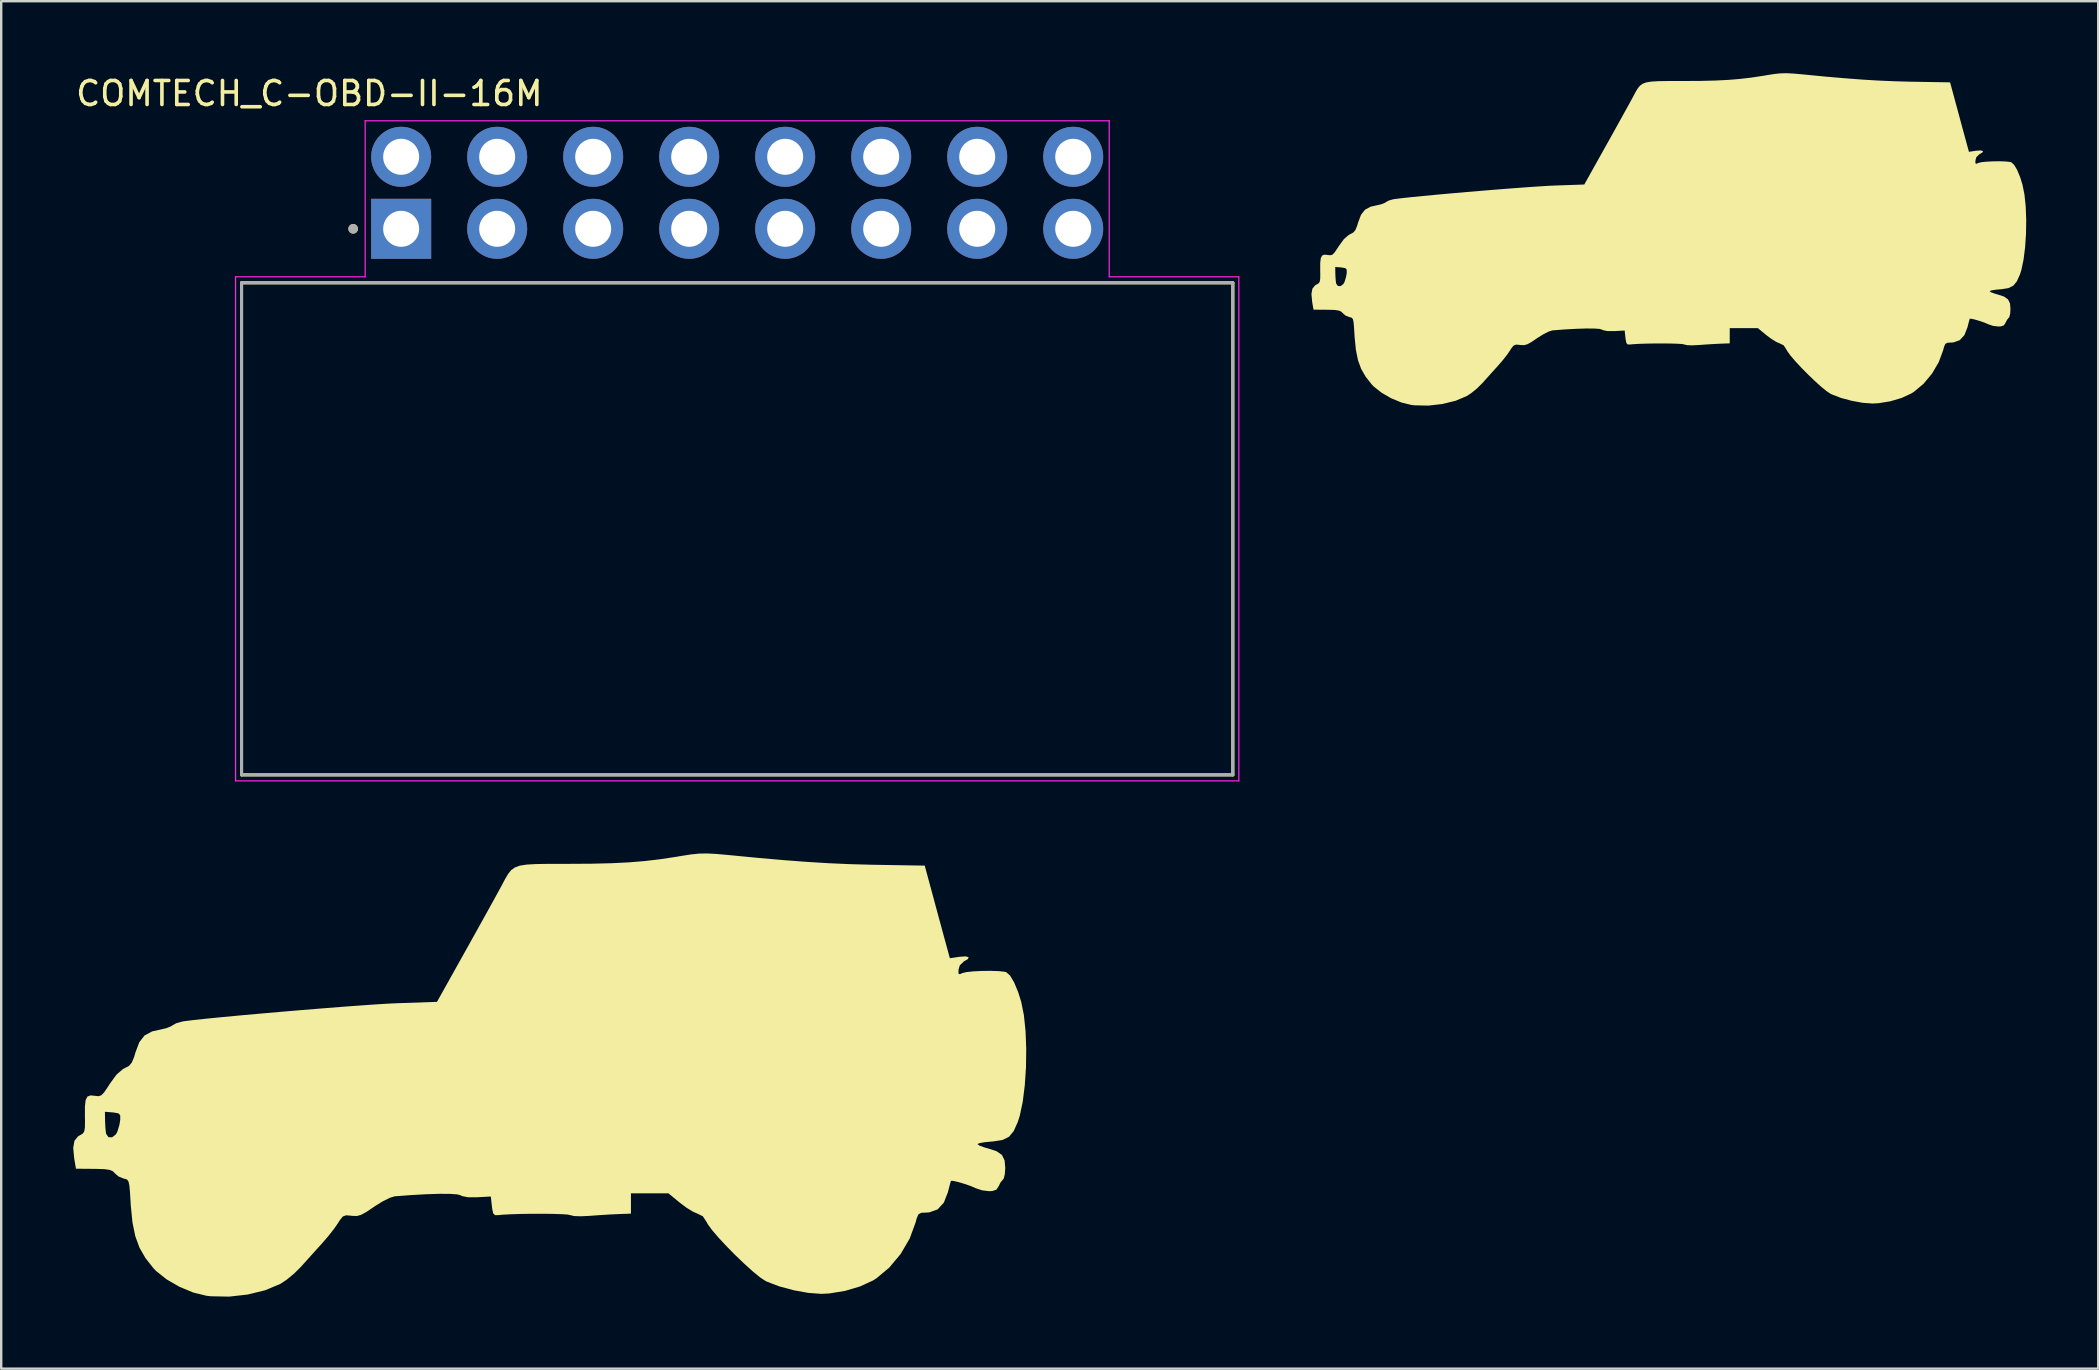
<source format=kicad_pcb>
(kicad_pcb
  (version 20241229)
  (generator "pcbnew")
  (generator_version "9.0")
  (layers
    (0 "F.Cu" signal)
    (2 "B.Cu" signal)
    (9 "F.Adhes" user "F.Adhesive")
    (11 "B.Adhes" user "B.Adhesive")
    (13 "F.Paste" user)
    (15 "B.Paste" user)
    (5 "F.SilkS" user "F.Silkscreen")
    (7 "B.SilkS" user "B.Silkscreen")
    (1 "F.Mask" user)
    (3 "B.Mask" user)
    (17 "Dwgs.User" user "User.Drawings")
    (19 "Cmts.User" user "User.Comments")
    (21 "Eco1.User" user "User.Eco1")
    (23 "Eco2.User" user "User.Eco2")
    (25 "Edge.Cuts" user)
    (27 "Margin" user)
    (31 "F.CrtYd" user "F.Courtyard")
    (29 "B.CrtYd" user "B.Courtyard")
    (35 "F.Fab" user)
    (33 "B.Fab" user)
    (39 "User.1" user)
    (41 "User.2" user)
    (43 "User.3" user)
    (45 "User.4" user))
  (footprint "JeepSilhouette_30mm"
    (layer "F.Cu")
    (at 66.477 6.944)
    (property "Reference" "JeepSilhouette_30mm" (at 0 0 0) (layer "F.SilkS") (effects (font (size 1.524 1.524) (thickness 0.3))))
    (attr board_only exclude_from_pos_files exclude_from_bom)
    (fp_poly (pts (xy 5.195 -6.929) (xy 5.568 -6.896) (xy 5.604 -6.892) (xy 6.516 -6.804) (xy 7.323 -6.734) (xy 8.05 -6.679) (xy 8.724 -6.638) (xy 9.372 -6.61) (xy 10.02 -6.591) (xy 10.222 -6.588) (xy 11.721 -6.563) (xy 12.035 -5.404) (xy 12.142 -5.007) (xy 12.243 -4.634) (xy 12.33 -4.314) (xy 12.396 -4.073) (xy 12.427 -3.957) (xy 12.507 -3.669) (xy 12.804 -3.714) (xy 13 -3.727) (xy 13.092 -3.7) (xy 13.07 -3.643) (xy 12.951 -3.575) (xy 12.817 -3.449) (xy 12.779 -3.32) (xy 12.774 -3.192) (xy 12.818 -3.17) (xy 12.891 -3.203) (xy 13.018 -3.235) (xy 13.238 -3.258) (xy 13.51 -3.272) (xy 13.792 -3.275) (xy 14.044 -3.266) (xy 14.225 -3.245) (xy 14.268 -3.234) (xy 14.387 -3.129) (xy 14.515 -2.913) (xy 14.641 -2.608) (xy 14.736 -2.303) (xy 14.82 -1.887) (xy 14.872 -1.385) (xy 14.893 -0.83) (xy 14.884 -0.255) (xy 14.847 0.306) (xy 14.782 0.82) (xy 14.691 1.254) (xy 14.63 1.444) (xy 14.502 1.73) (xy 14.354 1.91) (xy 14.151 2.01) (xy 13.858 2.056) (xy 13.799 2.06) (xy 13.579 2.082) (xy 13.424 2.11) (xy 13.368 2.139) (xy 13.427 2.183) (xy 13.577 2.239) (xy 13.686 2.27) (xy 13.965 2.36) (xy 14.134 2.478) (xy 14.217 2.648) (xy 14.237 2.881) (xy 14.224 3.077) (xy 14.189 3.214) (xy 14.166 3.244) (xy 14.09 3.336) (xy 14.034 3.449) (xy 13.962 3.561) (xy 13.831 3.605) (xy 13.731 3.609) (xy 13.511 3.583) (xy 13.316 3.518) (xy 13.312 3.516) (xy 13.165 3.452) (xy 12.974 3.385) (xy 12.778 3.326) (xy 12.62 3.289) (xy 12.542 3.286) (xy 12.54 3.287) (xy 12.518 3.359) (xy 12.476 3.519) (xy 12.445 3.643) (xy 12.317 3.969) (xy 12.124 4.178) (xy 11.864 4.272) (xy 11.768 4.278) (xy 11.612 4.286) (xy 11.525 4.332) (xy 11.471 4.451) (xy 11.435 4.587) (xy 11.251 5.09) (xy 10.968 5.572) (xy 10.611 5.999) (xy 10.207 6.336) (xy 10.104 6.4) (xy 9.702 6.586) (xy 9.228 6.726) (xy 8.74 6.805) (xy 8.484 6.818) (xy 8.079 6.788) (xy 7.624 6.705) (xy 7.177 6.585) (xy 6.796 6.439) (xy 6.74 6.412) (xy 6.574 6.302) (xy 6.347 6.116) (xy 6.082 5.877) (xy 5.801 5.607) (xy 5.524 5.326) (xy 5.274 5.057) (xy 5.072 4.821) (xy 4.941 4.641) (xy 4.911 4.584) (xy 4.787 4.394) (xy 4.627 4.315) (xy 4.479 4.251) (xy 4.277 4.126) (xy 4.074 3.975) (xy 3.711 3.676) (xy 2.54 3.676) (xy 2.54 4.311) (xy 2.156 4.325) (xy 1.888 4.338) (xy 1.559 4.358) (xy 1.25 4.381) (xy 0.975 4.394) (xy 0.764 4.387) (xy 0.651 4.36) (xy 0.648 4.358) (xy 0.561 4.34) (xy 0.368 4.328) (xy 0.096 4.319) (xy -0.227 4.315) (xy -0.575 4.316) (xy -0.92 4.322) (xy -1.234 4.332) (xy -1.49 4.347) (xy -1.604 4.358) (xy -1.709 4.357) (xy -1.764 4.301) (xy -1.795 4.156) (xy -1.805 4.077) (xy -1.838 3.777) (xy -2.258 3.8) (xy -2.55 3.8) (xy -2.738 3.763) (xy -2.778 3.74) (xy -2.887 3.709) (xy -3.113 3.694) (xy -3.439 3.692) (xy -3.848 3.705) (xy -4.324 3.731) (xy -4.846 3.771) (xy -4.995 3.817) (xy -5.209 3.924) (xy -5.446 4.069) (xy -5.493 4.101) (xy -5.726 4.259) (xy -5.891 4.349) (xy -6.023 4.385) (xy -6.16 4.382) (xy -6.195 4.377) (xy -6.357 4.363) (xy -6.461 4.4) (xy -6.555 4.514) (xy -6.61 4.602) (xy -6.738 4.788) (xy -6.919 5.018) (xy -7.111 5.24) (xy -7.339 5.492) (xy -7.588 5.768) (xy -7.77 5.972) (xy -7.987 6.187) (xy -8.23 6.386) (xy -8.412 6.505) (xy -8.884 6.704) (xy -9.433 6.839) (xy -10.016 6.905) (xy -10.588 6.893) (xy -10.728 6.877) (xy -11.137 6.776) (xy -11.566 6.599) (xy -11.967 6.367) (xy -12.296 6.106) (xy -12.377 6.021) (xy -12.629 5.701) (xy -12.816 5.376) (xy -12.948 5.015) (xy -13.035 4.589) (xy -13.087 4.068) (xy -13.095 3.944) (xy -13.114 3.631) (xy -13.133 3.428) (xy -13.159 3.309) (xy -13.2 3.25) (xy -13.262 3.226) (xy -13.302 3.22) (xy -13.472 3.151) (xy -13.578 3.057) (xy -13.65 2.987) (xy -13.752 2.944) (xy -13.915 2.921) (xy -14.173 2.913) (xy -14.245 2.912) (xy -14.802 2.908) (xy -14.858 2.577) (xy -14.888 2.256) (xy -14.848 2.034) (xy -14.734 1.894) (xy -14.673 1.86) (xy -14.591 1.813) (xy -14.543 1.745) (xy -14.522 1.622) (xy -14.519 1.414) (xy -14.522 1.277) (xy -14.522 1.129) (xy -13.896 1.129) (xy -13.892 1.417) (xy -13.882 1.625) (xy -13.863 1.791) (xy -13.857 1.821) (xy -13.784 1.923) (xy -13.671 1.926) (xy -13.557 1.838) (xy -13.508 1.752) (xy -13.444 1.539) (xy -13.416 1.368) (xy -13.419 1.236) (xy -13.479 1.176) (xy -13.632 1.151) (xy -13.649 1.149) (xy -13.896 1.129) (xy -14.522 1.129) (xy -14.522 0.963) (xy -14.498 0.761) (xy -14.442 0.652) (xy -14.343 0.616) (xy -14.213 0.629) (xy -14.099 0.642) (xy -14.011 0.614) (xy -13.922 0.523) (xy -13.803 0.348) (xy -13.749 0.263) (xy -13.534 -0.033) (xy -13.333 -0.206) (xy -13.275 -0.236) (xy -13.144 -0.306) (xy -13.056 -0.41) (xy -12.984 -0.585) (xy -12.941 -0.729) (xy -12.821 -1.047) (xy -12.657 -1.257) (xy -12.423 -1.382) (xy -12.189 -1.435) (xy -11.982 -1.482) (xy -11.825 -1.545) (xy -11.786 -1.572) (xy -11.666 -1.638) (xy -11.475 -1.692) (xy -11.412 -1.702) (xy -11.127 -1.737) (xy -10.728 -1.78) (xy -10.237 -1.829) (xy -9.673 -1.882) (xy -9.058 -1.938) (xy -8.412 -1.994) (xy -7.756 -2.049) (xy -7.109 -2.102) (xy -6.492 -2.15) (xy -5.925 -2.192) (xy -5.43 -2.226) (xy -5.026 -2.251) (xy -4.751 -2.264) (xy -3.52 -2.306) (xy -2.624 -3.91) (xy -2.374 -4.357) (xy -2.134 -4.789) (xy -1.915 -5.185) (xy -1.727 -5.524) (xy -1.583 -5.786) (xy -1.5 -5.94) (xy -1.391 -6.145) (xy -1.298 -6.303) (xy -1.202 -6.422) (xy -1.086 -6.506) (xy -0.931 -6.562) (xy -0.72 -6.596) (xy -0.435 -6.612) (xy -0.057 -6.618) (xy 0.431 -6.618) (xy 0.595 -6.619) (xy 1.313 -6.623) (xy 1.927 -6.638) (xy 2.467 -6.664) (xy 2.962 -6.705) (xy 3.441 -6.761) (xy 3.935 -6.836) (xy 4.1 -6.864) (xy 4.403 -6.912) (xy 4.657 -6.938) (xy 4.906 -6.944)) (stroke (width 0) (type solid)) (fill yes) (layer "F.SilkS")))
  (footprint "COMTECH_C-OBD-II-16M"
    (layer "F.Cu")
    (at 13.664 6.483)
    (property "Reference" "COMTECH_C-OBD-II-16M" (at -3.825 -5.635 0) (layer "F.SilkS") (effects (font (size 1 1) (thickness 0.15))))
    (attr through_hole)
    (fp_line (start -6.65 2.25) (end 34.65 2.25) (stroke (width 0.127) (type solid)) (layer "F.SilkS"))
    (fp_line (start -6.65 22.75) (end -6.65 2.25) (stroke (width 0.127) (type solid)) (layer "F.SilkS"))
    (fp_line (start 34.65 2.25) (end 34.65 22.75) (stroke (width 0.127) (type solid)) (layer "F.SilkS"))
    (fp_line (start 34.65 22.75) (end -6.65 22.75) (stroke (width 0.127) (type solid)) (layer "F.SilkS"))
    (fp_circle (center -2 0) (end -1.9 0) (stroke (width 0.2) (type solid)) (fill no) (layer "F.SilkS"))
    (fp_line (start -6.9 2) (end -6.9 23) (stroke (width 0.05) (type solid)) (layer "F.CrtYd"))
    (fp_line (start -6.9 23) (end 34.9 23) (stroke (width 0.05) (type solid)) (layer "F.CrtYd"))
    (fp_line (start -1.5 -4.5) (end -1.5 2) (stroke (width 0.05) (type solid)) (layer "F.CrtYd"))
    (fp_line (start -1.5 2) (end -6.9 2) (stroke (width 0.05) (type solid)) (layer "F.CrtYd"))
    (fp_line (start 29.5 -4.5) (end -1.5 -4.5) (stroke (width 0.05) (type solid)) (layer "F.CrtYd"))
    (fp_line (start 29.5 2) (end 29.5 -4.5) (stroke (width 0.05) (type solid)) (layer "F.CrtYd"))
    (fp_line (start 34.9 2) (end 29.5 2) (stroke (width 0.05) (type solid)) (layer "F.CrtYd"))
    (fp_line (start 34.9 23) (end 34.9 2) (stroke (width 0.05) (type solid)) (layer "F.CrtYd"))
    (fp_line (start -6.65 2.25) (end 34.65 2.25) (stroke (width 0.127) (type solid)) (layer "F.Fab"))
    (fp_line (start -6.65 22.75) (end -6.65 2.25) (stroke (width 0.127) (type solid)) (layer "F.Fab"))
    (fp_line (start 34.65 2.25) (end 34.65 22.75) (stroke (width 0.127) (type solid)) (layer "F.Fab"))
    (fp_line (start 34.65 22.75) (end -6.65 22.75) (stroke (width 0.127) (type solid)) (layer "F.Fab"))
    (fp_circle (center -2 0) (end -1.9 0) (stroke (width 0.2) (type solid)) (fill no) (layer "F.Fab"))
    (pad "1" thru_hole rect (at 0 0) (size 2.5 2.5) (drill 1.5) (layers "*.Cu" "*.Mask"))
    (pad "2" thru_hole circle (at 4 0) (size 2.5 2.5) (drill 1.5) (layers "*.Cu" "*.Mask"))
    (pad "3" thru_hole circle (at 8 0) (size 2.5 2.5) (drill 1.5) (layers "*.Cu" "*.Mask"))
    (pad "4" thru_hole circle (at 12 0) (size 2.5 2.5) (drill 1.5) (layers "*.Cu" "*.Mask"))
    (pad "5" thru_hole circle (at 16 0) (size 2.5 2.5) (drill 1.5) (layers "*.Cu" "*.Mask"))
    (pad "6" thru_hole circle (at 20 0) (size 2.5 2.5) (drill 1.5) (layers "*.Cu" "*.Mask"))
    (pad "7" thru_hole circle (at 24 0) (size 2.5 2.5) (drill 1.5) (layers "*.Cu" "*.Mask"))
    (pad "8" thru_hole circle (at 28 0) (size 2.5 2.5) (drill 1.5) (layers "*.Cu" "*.Mask"))
    (pad "9" thru_hole circle (at 0 -3) (size 2.5 2.5) (drill 1.5) (layers "*.Cu" "*.Mask"))
    (pad "10" thru_hole circle (at 4 -3) (size 2.5 2.5) (drill 1.5) (layers "*.Cu" "*.Mask"))
    (pad "11" thru_hole circle (at 8 -3) (size 2.5 2.5) (drill 1.5) (layers "*.Cu" "*.Mask"))
    (pad "12" thru_hole circle (at 12 -3) (size 2.5 2.5) (drill 1.5) (layers "*.Cu" "*.Mask"))
    (pad "13" thru_hole circle (at 16 -3) (size 2.5 2.5) (drill 1.5) (layers "*.Cu" "*.Mask"))
    (pad "14" thru_hole circle (at 20 -3) (size 2.5 2.5) (drill 1.5) (layers "*.Cu" "*.Mask"))
    (pad "15" thru_hole circle (at 24 -3) (size 2.5 2.5) (drill 1.5) (layers "*.Cu" "*.Mask"))
    (pad "16" thru_hole circle (at 28 -3) (size 2.5 2.5) (drill 1.5) (layers "*.Cu" "*.Mask")))
  (footprint "JeepSilhouette_40mm"
    (layer "F.Cu")
    (at 19.85 41.766)
    (property "Reference" "JeepSilhouette_40mm" (at 0 0 0) (layer "F.SilkS") (effects (font (size 1.524 1.524) (thickness 0.3))))
    (attr board_only exclude_from_pos_files exclude_from_bom)
    (fp_poly (pts (xy 6.926 -9.239) (xy 7.423 -9.195) (xy 7.472 -9.19) (xy 8.688 -9.073) (xy 9.764 -8.979) (xy 10.733 -8.906) (xy 11.632 -8.851) (xy 12.496 -8.813) (xy 13.361 -8.789) (xy 13.629 -8.784) (xy 15.628 -8.751) (xy 16.046 -7.205) (xy 16.189 -6.676) (xy 16.324 -6.179) (xy 16.44 -5.752) (xy 16.528 -5.43) (xy 16.57 -5.276) (xy 16.675 -4.892) (xy 17.072 -4.952) (xy 17.334 -4.97) (xy 17.456 -4.934) (xy 17.426 -4.857) (xy 17.268 -4.767) (xy 17.09 -4.598) (xy 17.038 -4.427) (xy 17.031 -4.256) (xy 17.091 -4.226) (xy 17.188 -4.271) (xy 17.358 -4.314) (xy 17.651 -4.345) (xy 18.013 -4.363) (xy 18.389 -4.366) (xy 18.725 -4.355) (xy 18.967 -4.327) (xy 19.024 -4.311) (xy 19.183 -4.171) (xy 19.353 -3.884) (xy 19.521 -3.478) (xy 19.649 -3.071) (xy 19.76 -2.516) (xy 19.829 -1.847) (xy 19.857 -1.107) (xy 19.846 -0.34) (xy 19.796 0.408) (xy 19.71 1.094) (xy 19.587 1.673) (xy 19.507 1.925) (xy 19.336 2.307) (xy 19.139 2.547) (xy 18.868 2.68) (xy 18.477 2.741) (xy 18.399 2.747) (xy 18.105 2.775) (xy 17.898 2.814) (xy 17.825 2.852) (xy 17.903 2.911) (xy 18.102 2.986) (xy 18.248 3.026) (xy 18.62 3.147) (xy 18.845 3.304) (xy 18.955 3.531) (xy 18.983 3.841) (xy 18.965 4.103) (xy 18.919 4.285) (xy 18.889 4.326) (xy 18.786 4.448) (xy 18.712 4.598) (xy 18.616 4.749) (xy 18.441 4.807) (xy 18.308 4.813) (xy 18.015 4.777) (xy 17.755 4.691) (xy 17.749 4.688) (xy 17.554 4.603) (xy 17.298 4.513) (xy 17.037 4.435) (xy 16.827 4.386) (xy 16.723 4.381) (xy 16.72 4.383) (xy 16.691 4.478) (xy 16.635 4.691) (xy 16.593 4.857) (xy 16.423 5.292) (xy 16.165 5.571) (xy 15.818 5.696) (xy 15.691 5.704) (xy 15.483 5.714) (xy 15.367 5.776) (xy 15.295 5.935) (xy 15.247 6.116) (xy 15.001 6.787) (xy 14.624 7.43) (xy 14.148 7.999) (xy 13.609 8.448) (xy 13.472 8.534) (xy 12.936 8.781) (xy 12.304 8.968) (xy 11.654 9.074) (xy 11.313 9.091) (xy 10.772 9.05) (xy 10.165 8.94) (xy 9.569 8.78) (xy 9.061 8.585) (xy 8.986 8.549) (xy 8.765 8.402) (xy 8.463 8.155) (xy 8.11 7.836) (xy 7.734 7.476) (xy 7.365 7.101) (xy 7.032 6.743) (xy 6.763 6.429) (xy 6.588 6.188) (xy 6.548 6.112) (xy 6.383 5.859) (xy 6.169 5.753) (xy 5.972 5.668) (xy 5.703 5.502) (xy 5.433 5.3) (xy 4.948 4.902) (xy 3.387 4.902) (xy 3.387 5.325) (xy 3.387 5.748) (xy 2.874 5.767) (xy 2.517 5.784) (xy 2.079 5.811) (xy 1.667 5.841) (xy 1.3 5.859) (xy 1.019 5.849) (xy 0.868 5.813) (xy 0.864 5.811) (xy 0.749 5.787) (xy 0.491 5.77) (xy 0.128 5.759) (xy -0.303 5.754) (xy -0.767 5.755) (xy -1.226 5.762) (xy -1.645 5.776) (xy -1.986 5.795) (xy -2.139 5.81) (xy -2.278 5.81) (xy -2.353 5.735) (xy -2.394 5.541) (xy -2.406 5.436) (xy -2.451 5.035) (xy -3.011 5.066) (xy -3.4 5.066) (xy -3.65 5.017) (xy -3.704 4.986) (xy -3.85 4.946) (xy -4.151 4.925) (xy -4.585 4.923) (xy -5.13 4.94) (xy -5.766 4.975) (xy -6.461 5.028) (xy -6.661 5.09) (xy -6.946 5.232) (xy -7.262 5.426) (xy -7.324 5.469) (xy -7.635 5.679) (xy -7.855 5.799) (xy -8.031 5.847) (xy -8.213 5.842) (xy -8.259 5.836) (xy -8.476 5.817) (xy -8.614 5.866) (xy -8.74 6.019) (xy -8.813 6.137) (xy -8.984 6.383) (xy -9.226 6.691) (xy -9.481 6.987) (xy -9.786 7.323) (xy -10.118 7.691) (xy -10.361 7.963) (xy -10.649 8.249) (xy -10.973 8.514) (xy -11.217 8.674) (xy -11.846 8.939) (xy -12.578 9.119) (xy -13.354 9.206) (xy -14.117 9.191) (xy -14.304 9.169) (xy -14.85 9.035) (xy -15.421 8.798) (xy -15.956 8.489) (xy -16.394 8.141) (xy -16.503 8.028) (xy -16.839 7.602) (xy -17.088 7.168) (xy -17.264 6.687) (xy -17.38 6.119) (xy -17.45 5.424) (xy -17.46 5.258) (xy -17.485 4.842) (xy -17.511 4.57) (xy -17.546 4.412) (xy -17.6 4.333) (xy -17.682 4.301) (xy -17.735 4.293) (xy -17.962 4.201) (xy -18.105 4.077) (xy -18.2 3.982) (xy -18.336 3.925) (xy -18.553 3.895) (xy -18.897 3.884) (xy -18.993 3.883) (xy -19.736 3.877) (xy -19.81 3.435) (xy -19.85 3.008) (xy -19.798 2.712) (xy -19.646 2.526) (xy -19.564 2.48) (xy -19.455 2.418) (xy -19.391 2.326) (xy -19.363 2.163) (xy -19.359 1.885) (xy -19.363 1.703) (xy -19.362 1.505) (xy -18.529 1.505) (xy -18.522 1.889) (xy -18.509 2.167) (xy -18.485 2.387) (xy -18.476 2.429) (xy -18.379 2.564) (xy -18.228 2.568) (xy -18.076 2.451) (xy -18.011 2.336) (xy -17.925 2.052) (xy -17.889 1.824) (xy -17.892 1.648) (xy -17.971 1.567) (xy -18.175 1.534) (xy -18.199 1.532) (xy -18.529 1.505) (xy -19.362 1.505) (xy -19.362 1.283) (xy -19.331 1.015) (xy -19.256 0.87) (xy -19.124 0.822) (xy -18.95 0.839) (xy -18.798 0.856) (xy -18.682 0.819) (xy -18.563 0.698) (xy -18.404 0.464) (xy -18.332 0.35) (xy -18.046 -0.044) (xy -17.777 -0.275) (xy -17.7 -0.314) (xy -17.525 -0.408) (xy -17.408 -0.546) (xy -17.312 -0.779) (xy -17.255 -0.973) (xy -17.095 -1.396) (xy -16.876 -1.676) (xy -16.564 -1.843) (xy -16.252 -1.913) (xy -15.976 -1.976) (xy -15.766 -2.06) (xy -15.715 -2.097) (xy -15.554 -2.185) (xy -15.3 -2.256) (xy -15.217 -2.27) (xy -14.836 -2.317) (xy -14.304 -2.374) (xy -13.649 -2.439) (xy -12.898 -2.509) (xy -12.078 -2.583) (xy -11.216 -2.658) (xy -10.341 -2.732) (xy -9.478 -2.802) (xy -8.655 -2.867) (xy -7.9 -2.923) (xy -7.24 -2.969) (xy -6.702 -3.002) (xy -6.335 -3.019) (xy -4.694 -3.075) (xy -3.498 -5.214) (xy -3.166 -5.81) (xy -2.846 -6.385) (xy -2.553 -6.913) (xy -2.303 -7.365) (xy -2.111 -7.714) (xy -2 -7.92) (xy -1.855 -8.193) (xy -1.73 -8.405) (xy -1.603 -8.563) (xy -1.448 -8.675) (xy -1.242 -8.75) (xy -0.96 -8.794) (xy -0.58 -8.816) (xy -0.076 -8.824) (xy 0.575 -8.825) (xy 0.793 -8.825) (xy 1.751 -8.831) (xy 2.57 -8.851) (xy 3.289 -8.886) (xy 3.949 -8.94) (xy 4.589 -9.015) (xy 5.247 -9.114) (xy 5.467 -9.151) (xy 5.871 -9.215) (xy 6.209 -9.251) (xy 6.541 -9.258)) (stroke (width 0) (type solid)) (fill yes) (layer "F.SilkS")))
  (gr_rect
    (start -3 -3)
    (end 84.37 53.973)
    (stroke (width 0.1) (type default))
    (fill no)
    (layer "Edge.Cuts")))
</source>
